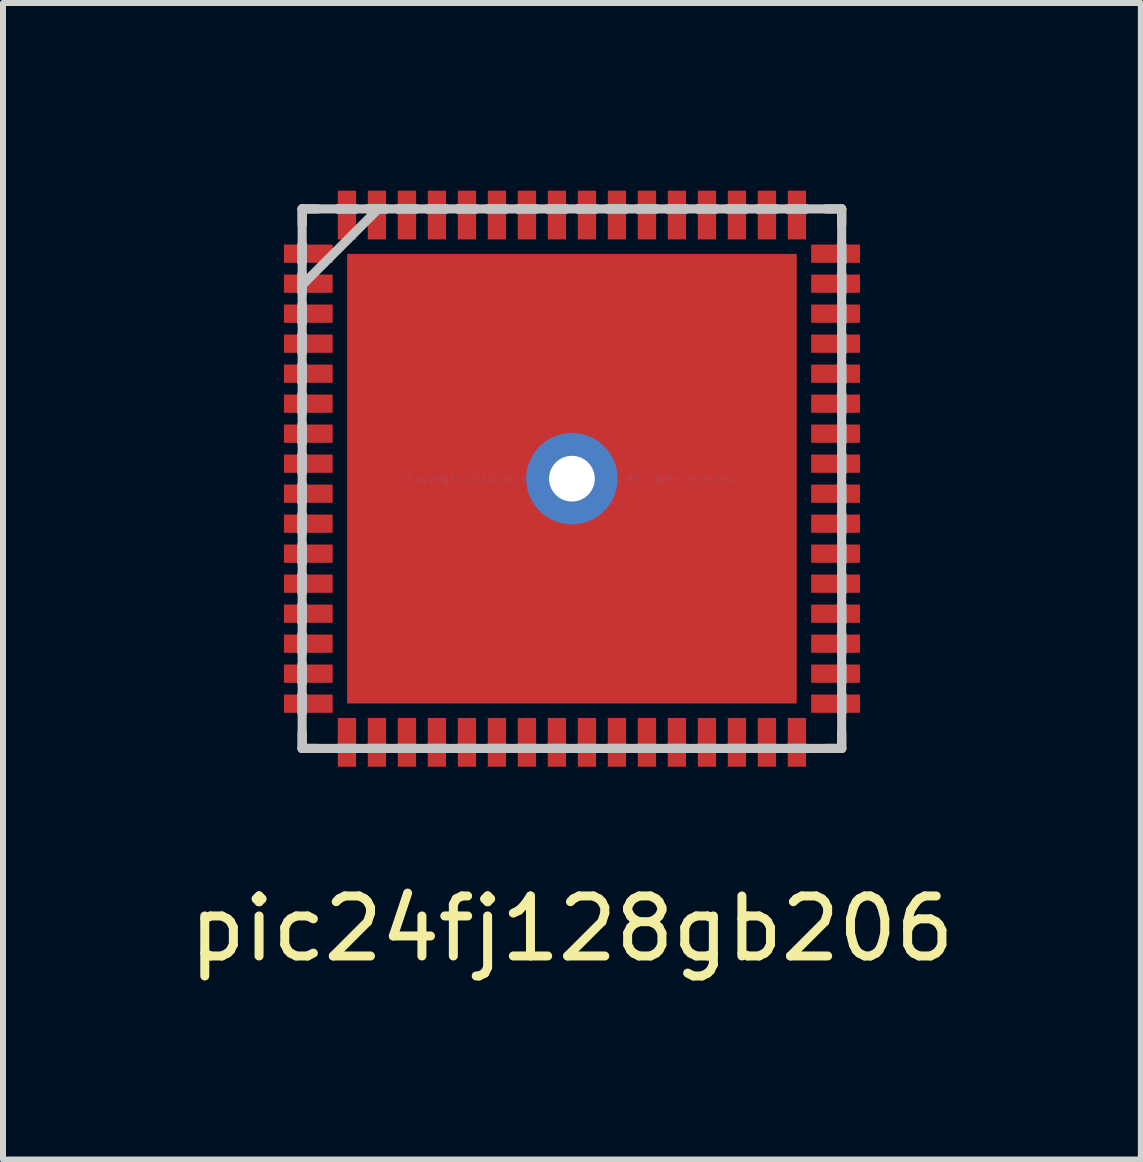
<source format=kicad_pcb>
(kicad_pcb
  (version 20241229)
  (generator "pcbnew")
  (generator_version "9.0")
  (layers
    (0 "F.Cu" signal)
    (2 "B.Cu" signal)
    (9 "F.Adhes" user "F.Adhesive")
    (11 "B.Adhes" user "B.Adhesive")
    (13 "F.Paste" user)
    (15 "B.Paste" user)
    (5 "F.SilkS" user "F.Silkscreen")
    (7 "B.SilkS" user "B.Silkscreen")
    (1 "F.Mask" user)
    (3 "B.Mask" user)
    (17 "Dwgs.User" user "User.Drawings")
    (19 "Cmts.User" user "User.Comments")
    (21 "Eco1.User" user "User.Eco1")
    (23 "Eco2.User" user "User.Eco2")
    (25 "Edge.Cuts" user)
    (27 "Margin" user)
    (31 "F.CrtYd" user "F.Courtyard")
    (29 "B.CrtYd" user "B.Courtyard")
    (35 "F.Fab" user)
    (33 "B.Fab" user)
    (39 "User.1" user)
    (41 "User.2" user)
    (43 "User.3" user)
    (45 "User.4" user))
  (footprint "pic24fj128gb206"
    (layer "F.Cu")
    (at 6.482 4.928)
    (property "Reference" "pic24fj128gb206" (at 0 7.5 0) (layer "F.SilkS") (effects (font (size 1 1) (thickness 0.15))))
    (attr through_hole)
    (fp_line (start -4.496 -4.496) (end -4.496 -4.235) (stroke (width 0.152) (type solid)) (layer "F.SilkS"))
    (fp_line (start -4.496 4.235) (end -4.496 4.496) (stroke (width 0.152) (type solid)) (layer "F.SilkS"))
    (fp_line (start -4.496 4.496) (end -4.235 4.496) (stroke (width 0.152) (type solid)) (layer "F.SilkS"))
    (fp_line (start -4.235 -4.496) (end -4.496 -4.496) (stroke (width 0.152) (type solid)) (layer "F.SilkS"))
    (fp_line (start 4.235 4.496) (end 4.496 4.496) (stroke (width 0.152) (type solid)) (layer "F.SilkS"))
    (fp_line (start 4.496 -4.496) (end 4.235 -4.496) (stroke (width 0.152) (type solid)) (layer "F.SilkS"))
    (fp_line (start 4.496 -4.235) (end 4.496 -4.496) (stroke (width 0.152) (type solid)) (layer "F.SilkS"))
    (fp_line (start 4.496 4.496) (end 4.496 4.235) (stroke (width 0.152) (type solid)) (layer "F.SilkS"))
    (fp_line (start -4.496 -4.496) (end -4.496 -4.496) (stroke (width 0.152) (type solid)) (layer "Dwgs.User"))
    (fp_line (start -4.496 -4.496) (end -4.496 4.496) (stroke (width 0.152) (type solid)) (layer "Dwgs.User"))
    (fp_line (start -4.496 -3.902) (end -4.496 -3.902) (stroke (width 0.152) (type solid)) (layer "Dwgs.User"))
    (fp_line (start -4.496 -3.902) (end -4.496 -3.598) (stroke (width 0.152) (type solid)) (layer "Dwgs.User"))
    (fp_line (start -4.496 -3.598) (end -4.496 -3.902) (stroke (width 0.152) (type solid)) (layer "Dwgs.User"))
    (fp_line (start -4.496 -3.598) (end -4.496 -3.598) (stroke (width 0.152) (type solid)) (layer "Dwgs.User"))
    (fp_line (start -4.496 -3.402) (end -4.496 -3.402) (stroke (width 0.152) (type solid)) (layer "Dwgs.User"))
    (fp_line (start -4.496 -3.402) (end -4.496 -3.098) (stroke (width 0.152) (type solid)) (layer "Dwgs.User"))
    (fp_line (start -4.496 -3.226) (end -3.226 -4.496) (stroke (width 0.152) (type solid)) (layer "Dwgs.User"))
    (fp_line (start -4.496 -3.098) (end -4.496 -3.402) (stroke (width 0.152) (type solid)) (layer "Dwgs.User"))
    (fp_line (start -4.496 -3.098) (end -4.496 -3.098) (stroke (width 0.152) (type solid)) (layer "Dwgs.User"))
    (fp_line (start -4.496 -2.902) (end -4.496 -2.902) (stroke (width 0.152) (type solid)) (layer "Dwgs.User"))
    (fp_line (start -4.496 -2.902) (end -4.496 -2.598) (stroke (width 0.152) (type solid)) (layer "Dwgs.User"))
    (fp_line (start -4.496 -2.598) (end -4.496 -2.902) (stroke (width 0.152) (type solid)) (layer "Dwgs.User"))
    (fp_line (start -4.496 -2.598) (end -4.496 -2.598) (stroke (width 0.152) (type solid)) (layer "Dwgs.User"))
    (fp_line (start -4.496 -2.402) (end -4.496 -2.402) (stroke (width 0.152) (type solid)) (layer "Dwgs.User"))
    (fp_line (start -4.496 -2.402) (end -4.496 -2.098) (stroke (width 0.152) (type solid)) (layer "Dwgs.User"))
    (fp_line (start -4.496 -2.098) (end -4.496 -2.402) (stroke (width 0.152) (type solid)) (layer "Dwgs.User"))
    (fp_line (start -4.496 -2.098) (end -4.496 -2.098) (stroke (width 0.152) (type solid)) (layer "Dwgs.User"))
    (fp_line (start -4.496 -1.902) (end -4.496 -1.902) (stroke (width 0.152) (type solid)) (layer "Dwgs.User"))
    (fp_line (start -4.496 -1.902) (end -4.496 -1.598) (stroke (width 0.152) (type solid)) (layer "Dwgs.User"))
    (fp_line (start -4.496 -1.598) (end -4.496 -1.902) (stroke (width 0.152) (type solid)) (layer "Dwgs.User"))
    (fp_line (start -4.496 -1.598) (end -4.496 -1.598) (stroke (width 0.152) (type solid)) (layer "Dwgs.User"))
    (fp_line (start -4.496 -1.402) (end -4.496 -1.402) (stroke (width 0.152) (type solid)) (layer "Dwgs.User"))
    (fp_line (start -4.496 -1.402) (end -4.496 -1.098) (stroke (width 0.152) (type solid)) (layer "Dwgs.User"))
    (fp_line (start -4.496 -1.098) (end -4.496 -1.402) (stroke (width 0.152) (type solid)) (layer "Dwgs.User"))
    (fp_line (start -4.496 -1.098) (end -4.496 -1.098) (stroke (width 0.152) (type solid)) (layer "Dwgs.User"))
    (fp_line (start -4.496 -0.902) (end -4.496 -0.902) (stroke (width 0.152) (type solid)) (layer "Dwgs.User"))
    (fp_line (start -4.496 -0.902) (end -4.496 -0.598) (stroke (width 0.152) (type solid)) (layer "Dwgs.User"))
    (fp_line (start -4.496 -0.598) (end -4.496 -0.902) (stroke (width 0.152) (type solid)) (layer "Dwgs.User"))
    (fp_line (start -4.496 -0.598) (end -4.496 -0.598) (stroke (width 0.152) (type solid)) (layer "Dwgs.User"))
    (fp_line (start -4.496 -0.402) (end -4.496 -0.402) (stroke (width 0.152) (type solid)) (layer "Dwgs.User"))
    (fp_line (start -4.496 -0.402) (end -4.496 -0.098) (stroke (width 0.152) (type solid)) (layer "Dwgs.User"))
    (fp_line (start -4.496 -0.098) (end -4.496 -0.402) (stroke (width 0.152) (type solid)) (layer "Dwgs.User"))
    (fp_line (start -4.496 -0.098) (end -4.496 -0.098) (stroke (width 0.152) (type solid)) (layer "Dwgs.User"))
    (fp_line (start -4.496 0.098) (end -4.496 0.098) (stroke (width 0.152) (type solid)) (layer "Dwgs.User"))
    (fp_line (start -4.496 0.098) (end -4.496 0.402) (stroke (width 0.152) (type solid)) (layer "Dwgs.User"))
    (fp_line (start -4.496 0.402) (end -4.496 0.098) (stroke (width 0.152) (type solid)) (layer "Dwgs.User"))
    (fp_line (start -4.496 0.402) (end -4.496 0.402) (stroke (width 0.152) (type solid)) (layer "Dwgs.User"))
    (fp_line (start -4.496 0.598) (end -4.496 0.598) (stroke (width 0.152) (type solid)) (layer "Dwgs.User"))
    (fp_line (start -4.496 0.598) (end -4.496 0.902) (stroke (width 0.152) (type solid)) (layer "Dwgs.User"))
    (fp_line (start -4.496 0.902) (end -4.496 0.598) (stroke (width 0.152) (type solid)) (layer "Dwgs.User"))
    (fp_line (start -4.496 0.902) (end -4.496 0.902) (stroke (width 0.152) (type solid)) (layer "Dwgs.User"))
    (fp_line (start -4.496 1.098) (end -4.496 1.098) (stroke (width 0.152) (type solid)) (layer "Dwgs.User"))
    (fp_line (start -4.496 1.098) (end -4.496 1.402) (stroke (width 0.152) (type solid)) (layer "Dwgs.User"))
    (fp_line (start -4.496 1.402) (end -4.496 1.098) (stroke (width 0.152) (type solid)) (layer "Dwgs.User"))
    (fp_line (start -4.496 1.402) (end -4.496 1.402) (stroke (width 0.152) (type solid)) (layer "Dwgs.User"))
    (fp_line (start -4.496 1.598) (end -4.496 1.598) (stroke (width 0.152) (type solid)) (layer "Dwgs.User"))
    (fp_line (start -4.496 1.598) (end -4.496 1.902) (stroke (width 0.152) (type solid)) (layer "Dwgs.User"))
    (fp_line (start -4.496 1.902) (end -4.496 1.598) (stroke (width 0.152) (type solid)) (layer "Dwgs.User"))
    (fp_line (start -4.496 1.902) (end -4.496 1.902) (stroke (width 0.152) (type solid)) (layer "Dwgs.User"))
    (fp_line (start -4.496 2.098) (end -4.496 2.098) (stroke (width 0.152) (type solid)) (layer "Dwgs.User"))
    (fp_line (start -4.496 2.098) (end -4.496 2.402) (stroke (width 0.152) (type solid)) (layer "Dwgs.User"))
    (fp_line (start -4.496 2.402) (end -4.496 2.098) (stroke (width 0.152) (type solid)) (layer "Dwgs.User"))
    (fp_line (start -4.496 2.402) (end -4.496 2.402) (stroke (width 0.152) (type solid)) (layer "Dwgs.User"))
    (fp_line (start -4.496 2.598) (end -4.496 2.598) (stroke (width 0.152) (type solid)) (layer "Dwgs.User"))
    (fp_line (start -4.496 2.598) (end -4.496 2.902) (stroke (width 0.152) (type solid)) (layer "Dwgs.User"))
    (fp_line (start -4.496 2.902) (end -4.496 2.598) (stroke (width 0.152) (type solid)) (layer "Dwgs.User"))
    (fp_line (start -4.496 2.902) (end -4.496 2.902) (stroke (width 0.152) (type solid)) (layer "Dwgs.User"))
    (fp_line (start -4.496 3.098) (end -4.496 3.098) (stroke (width 0.152) (type solid)) (layer "Dwgs.User"))
    (fp_line (start -4.496 3.098) (end -4.496 3.402) (stroke (width 0.152) (type solid)) (layer "Dwgs.User"))
    (fp_line (start -4.496 3.402) (end -4.496 3.098) (stroke (width 0.152) (type solid)) (layer "Dwgs.User"))
    (fp_line (start -4.496 3.402) (end -4.496 3.402) (stroke (width 0.152) (type solid)) (layer "Dwgs.User"))
    (fp_line (start -4.496 3.598) (end -4.496 3.598) (stroke (width 0.152) (type solid)) (layer "Dwgs.User"))
    (fp_line (start -4.496 3.598) (end -4.496 3.902) (stroke (width 0.152) (type solid)) (layer "Dwgs.User"))
    (fp_line (start -4.496 3.902) (end -4.496 3.598) (stroke (width 0.152) (type solid)) (layer "Dwgs.User"))
    (fp_line (start -4.496 3.902) (end -4.496 3.902) (stroke (width 0.152) (type solid)) (layer "Dwgs.User"))
    (fp_line (start -4.496 4.496) (end -4.496 4.496) (stroke (width 0.152) (type solid)) (layer "Dwgs.User"))
    (fp_line (start -4.496 4.496) (end 4.496 4.496) (stroke (width 0.152) (type solid)) (layer "Dwgs.User"))
    (fp_line (start -3.902 -4.496) (end -3.902 -4.496) (stroke (width 0.152) (type solid)) (layer "Dwgs.User"))
    (fp_line (start -3.902 -4.496) (end -3.598 -4.496) (stroke (width 0.152) (type solid)) (layer "Dwgs.User"))
    (fp_line (start -3.902 4.496) (end -3.902 4.496) (stroke (width 0.152) (type solid)) (layer "Dwgs.User"))
    (fp_line (start -3.902 4.496) (end -3.598 4.496) (stroke (width 0.152) (type solid)) (layer "Dwgs.User"))
    (fp_line (start -3.598 -4.496) (end -3.902 -4.496) (stroke (width 0.152) (type solid)) (layer "Dwgs.User"))
    (fp_line (start -3.598 -4.496) (end -3.598 -4.496) (stroke (width 0.152) (type solid)) (layer "Dwgs.User"))
    (fp_line (start -3.598 4.496) (end -3.902 4.496) (stroke (width 0.152) (type solid)) (layer "Dwgs.User"))
    (fp_line (start -3.598 4.496) (end -3.598 4.496) (stroke (width 0.152) (type solid)) (layer "Dwgs.User"))
    (fp_line (start -3.402 -4.496) (end -3.402 -4.496) (stroke (width 0.152) (type solid)) (layer "Dwgs.User"))
    (fp_line (start -3.402 -4.496) (end -3.098 -4.496) (stroke (width 0.152) (type solid)) (layer "Dwgs.User"))
    (fp_line (start -3.402 4.496) (end -3.402 4.496) (stroke (width 0.152) (type solid)) (layer "Dwgs.User"))
    (fp_line (start -3.402 4.496) (end -3.098 4.496) (stroke (width 0.152) (type solid)) (layer "Dwgs.User"))
    (fp_line (start -3.098 -4.496) (end -3.402 -4.496) (stroke (width 0.152) (type solid)) (layer "Dwgs.User"))
    (fp_line (start -3.098 -4.496) (end -3.098 -4.496) (stroke (width 0.152) (type solid)) (layer "Dwgs.User"))
    (fp_line (start -3.098 4.496) (end -3.402 4.496) (stroke (width 0.152) (type solid)) (layer "Dwgs.User"))
    (fp_line (start -3.098 4.496) (end -3.098 4.496) (stroke (width 0.152) (type solid)) (layer "Dwgs.User"))
    (fp_line (start -2.902 -4.496) (end -2.902 -4.496) (stroke (width 0.152) (type solid)) (layer "Dwgs.User"))
    (fp_line (start -2.902 -4.496) (end -2.598 -4.496) (stroke (width 0.152) (type solid)) (layer "Dwgs.User"))
    (fp_line (start -2.902 4.496) (end -2.902 4.496) (stroke (width 0.152) (type solid)) (layer "Dwgs.User"))
    (fp_line (start -2.902 4.496) (end -2.598 4.496) (stroke (width 0.152) (type solid)) (layer "Dwgs.User"))
    (fp_line (start -2.598 -4.496) (end -2.902 -4.496) (stroke (width 0.152) (type solid)) (layer "Dwgs.User"))
    (fp_line (start -2.598 -4.496) (end -2.598 -4.496) (stroke (width 0.152) (type solid)) (layer "Dwgs.User"))
    (fp_line (start -2.598 4.496) (end -2.902 4.496) (stroke (width 0.152) (type solid)) (layer "Dwgs.User"))
    (fp_line (start -2.598 4.496) (end -2.598 4.496) (stroke (width 0.152) (type solid)) (layer "Dwgs.User"))
    (fp_line (start -2.402 -4.496) (end -2.402 -4.496) (stroke (width 0.152) (type solid)) (layer "Dwgs.User"))
    (fp_line (start -2.402 -4.496) (end -2.098 -4.496) (stroke (width 0.152) (type solid)) (layer "Dwgs.User"))
    (fp_line (start -2.402 4.496) (end -2.402 4.496) (stroke (width 0.152) (type solid)) (layer "Dwgs.User"))
    (fp_line (start -2.402 4.496) (end -2.098 4.496) (stroke (width 0.152) (type solid)) (layer "Dwgs.User"))
    (fp_line (start -2.098 -4.496) (end -2.402 -4.496) (stroke (width 0.152) (type solid)) (layer "Dwgs.User"))
    (fp_line (start -2.098 -4.496) (end -2.098 -4.496) (stroke (width 0.152) (type solid)) (layer "Dwgs.User"))
    (fp_line (start -2.098 4.496) (end -2.402 4.496) (stroke (width 0.152) (type solid)) (layer "Dwgs.User"))
    (fp_line (start -2.098 4.496) (end -2.098 4.496) (stroke (width 0.152) (type solid)) (layer "Dwgs.User"))
    (fp_line (start -1.902 -4.496) (end -1.902 -4.496) (stroke (width 0.152) (type solid)) (layer "Dwgs.User"))
    (fp_line (start -1.902 -4.496) (end -1.598 -4.496) (stroke (width 0.152) (type solid)) (layer "Dwgs.User"))
    (fp_line (start -1.902 4.496) (end -1.902 4.496) (stroke (width 0.152) (type solid)) (layer "Dwgs.User"))
    (fp_line (start -1.902 4.496) (end -1.598 4.496) (stroke (width 0.152) (type solid)) (layer "Dwgs.User"))
    (fp_line (start -1.598 -4.496) (end -1.902 -4.496) (stroke (width 0.152) (type solid)) (layer "Dwgs.User"))
    (fp_line (start -1.598 -4.496) (end -1.598 -4.496) (stroke (width 0.152) (type solid)) (layer "Dwgs.User"))
    (fp_line (start -1.598 4.496) (end -1.902 4.496) (stroke (width 0.152) (type solid)) (layer "Dwgs.User"))
    (fp_line (start -1.598 4.496) (end -1.598 4.496) (stroke (width 0.152) (type solid)) (layer "Dwgs.User"))
    (fp_line (start -1.402 -4.496) (end -1.402 -4.496) (stroke (width 0.152) (type solid)) (layer "Dwgs.User"))
    (fp_line (start -1.402 -4.496) (end -1.098 -4.496) (stroke (width 0.152) (type solid)) (layer "Dwgs.User"))
    (fp_line (start -1.402 4.496) (end -1.402 4.496) (stroke (width 0.152) (type solid)) (layer "Dwgs.User"))
    (fp_line (start -1.402 4.496) (end -1.098 4.496) (stroke (width 0.152) (type solid)) (layer "Dwgs.User"))
    (fp_line (start -1.098 -4.496) (end -1.402 -4.496) (stroke (width 0.152) (type solid)) (layer "Dwgs.User"))
    (fp_line (start -1.098 -4.496) (end -1.098 -4.496) (stroke (width 0.152) (type solid)) (layer "Dwgs.User"))
    (fp_line (start -1.098 4.496) (end -1.402 4.496) (stroke (width 0.152) (type solid)) (layer "Dwgs.User"))
    (fp_line (start -1.098 4.496) (end -1.098 4.496) (stroke (width 0.152) (type solid)) (layer "Dwgs.User"))
    (fp_line (start -0.902 -4.496) (end -0.902 -4.496) (stroke (width 0.152) (type solid)) (layer "Dwgs.User"))
    (fp_line (start -0.902 -4.496) (end -0.598 -4.496) (stroke (width 0.152) (type solid)) (layer "Dwgs.User"))
    (fp_line (start -0.902 4.496) (end -0.902 4.496) (stroke (width 0.152) (type solid)) (layer "Dwgs.User"))
    (fp_line (start -0.902 4.496) (end -0.598 4.496) (stroke (width 0.152) (type solid)) (layer "Dwgs.User"))
    (fp_line (start -0.598 -4.496) (end -0.902 -4.496) (stroke (width 0.152) (type solid)) (layer "Dwgs.User"))
    (fp_line (start -0.598 -4.496) (end -0.598 -4.496) (stroke (width 0.152) (type solid)) (layer "Dwgs.User"))
    (fp_line (start -0.598 4.496) (end -0.902 4.496) (stroke (width 0.152) (type solid)) (layer "Dwgs.User"))
    (fp_line (start -0.598 4.496) (end -0.598 4.496) (stroke (width 0.152) (type solid)) (layer "Dwgs.User"))
    (fp_line (start -0.402 -4.496) (end -0.402 -4.496) (stroke (width 0.152) (type solid)) (layer "Dwgs.User"))
    (fp_line (start -0.402 -4.496) (end -0.098 -4.496) (stroke (width 0.152) (type solid)) (layer "Dwgs.User"))
    (fp_line (start -0.402 4.496) (end -0.402 4.496) (stroke (width 0.152) (type solid)) (layer "Dwgs.User"))
    (fp_line (start -0.402 4.496) (end -0.098 4.496) (stroke (width 0.152) (type solid)) (layer "Dwgs.User"))
    (fp_line (start -0.098 -4.496) (end -0.402 -4.496) (stroke (width 0.152) (type solid)) (layer "Dwgs.User"))
    (fp_line (start -0.098 -4.496) (end -0.098 -4.496) (stroke (width 0.152) (type solid)) (layer "Dwgs.User"))
    (fp_line (start -0.098 4.496) (end -0.402 4.496) (stroke (width 0.152) (type solid)) (layer "Dwgs.User"))
    (fp_line (start -0.098 4.496) (end -0.098 4.496) (stroke (width 0.152) (type solid)) (layer "Dwgs.User"))
    (fp_line (start 0.098 -4.496) (end 0.098 -4.496) (stroke (width 0.152) (type solid)) (layer "Dwgs.User"))
    (fp_line (start 0.098 -4.496) (end 0.402 -4.496) (stroke (width 0.152) (type solid)) (layer "Dwgs.User"))
    (fp_line (start 0.098 4.496) (end 0.098 4.496) (stroke (width 0.152) (type solid)) (layer "Dwgs.User"))
    (fp_line (start 0.098 4.496) (end 0.402 4.496) (stroke (width 0.152) (type solid)) (layer "Dwgs.User"))
    (fp_line (start 0.402 -4.496) (end 0.098 -4.496) (stroke (width 0.152) (type solid)) (layer "Dwgs.User"))
    (fp_line (start 0.402 -4.496) (end 0.402 -4.496) (stroke (width 0.152) (type solid)) (layer "Dwgs.User"))
    (fp_line (start 0.402 4.496) (end 0.098 4.496) (stroke (width 0.152) (type solid)) (layer "Dwgs.User"))
    (fp_line (start 0.402 4.496) (end 0.402 4.496) (stroke (width 0.152) (type solid)) (layer "Dwgs.User"))
    (fp_line (start 0.598 -4.496) (end 0.598 -4.496) (stroke (width 0.152) (type solid)) (layer "Dwgs.User"))
    (fp_line (start 0.598 -4.496) (end 0.902 -4.496) (stroke (width 0.152) (type solid)) (layer "Dwgs.User"))
    (fp_line (start 0.598 4.496) (end 0.598 4.496) (stroke (width 0.152) (type solid)) (layer "Dwgs.User"))
    (fp_line (start 0.598 4.496) (end 0.902 4.496) (stroke (width 0.152) (type solid)) (layer "Dwgs.User"))
    (fp_line (start 0.902 -4.496) (end 0.598 -4.496) (stroke (width 0.152) (type solid)) (layer "Dwgs.User"))
    (fp_line (start 0.902 -4.496) (end 0.902 -4.496) (stroke (width 0.152) (type solid)) (layer "Dwgs.User"))
    (fp_line (start 0.902 4.496) (end 0.598 4.496) (stroke (width 0.152) (type solid)) (layer "Dwgs.User"))
    (fp_line (start 0.902 4.496) (end 0.902 4.496) (stroke (width 0.152) (type solid)) (layer "Dwgs.User"))
    (fp_line (start 1.098 -4.496) (end 1.098 -4.496) (stroke (width 0.152) (type solid)) (layer "Dwgs.User"))
    (fp_line (start 1.098 -4.496) (end 1.402 -4.496) (stroke (width 0.152) (type solid)) (layer "Dwgs.User"))
    (fp_line (start 1.098 4.496) (end 1.098 4.496) (stroke (width 0.152) (type solid)) (layer "Dwgs.User"))
    (fp_line (start 1.098 4.496) (end 1.402 4.496) (stroke (width 0.152) (type solid)) (layer "Dwgs.User"))
    (fp_line (start 1.402 -4.496) (end 1.098 -4.496) (stroke (width 0.152) (type solid)) (layer "Dwgs.User"))
    (fp_line (start 1.402 -4.496) (end 1.402 -4.496) (stroke (width 0.152) (type solid)) (layer "Dwgs.User"))
    (fp_line (start 1.402 4.496) (end 1.098 4.496) (stroke (width 0.152) (type solid)) (layer "Dwgs.User"))
    (fp_line (start 1.402 4.496) (end 1.402 4.496) (stroke (width 0.152) (type solid)) (layer "Dwgs.User"))
    (fp_line (start 1.598 -4.496) (end 1.598 -4.496) (stroke (width 0.152) (type solid)) (layer "Dwgs.User"))
    (fp_line (start 1.598 -4.496) (end 1.902 -4.496) (stroke (width 0.152) (type solid)) (layer "Dwgs.User"))
    (fp_line (start 1.598 4.496) (end 1.598 4.496) (stroke (width 0.152) (type solid)) (layer "Dwgs.User"))
    (fp_line (start 1.598 4.496) (end 1.902 4.496) (stroke (width 0.152) (type solid)) (layer "Dwgs.User"))
    (fp_line (start 1.902 -4.496) (end 1.598 -4.496) (stroke (width 0.152) (type solid)) (layer "Dwgs.User"))
    (fp_line (start 1.902 -4.496) (end 1.902 -4.496) (stroke (width 0.152) (type solid)) (layer "Dwgs.User"))
    (fp_line (start 1.902 4.496) (end 1.598 4.496) (stroke (width 0.152) (type solid)) (layer "Dwgs.User"))
    (fp_line (start 1.902 4.496) (end 1.902 4.496) (stroke (width 0.152) (type solid)) (layer "Dwgs.User"))
    (fp_line (start 2.098 -4.496) (end 2.098 -4.496) (stroke (width 0.152) (type solid)) (layer "Dwgs.User"))
    (fp_line (start 2.098 -4.496) (end 2.402 -4.496) (stroke (width 0.152) (type solid)) (layer "Dwgs.User"))
    (fp_line (start 2.098 4.496) (end 2.098 4.496) (stroke (width 0.152) (type solid)) (layer "Dwgs.User"))
    (fp_line (start 2.098 4.496) (end 2.402 4.496) (stroke (width 0.152) (type solid)) (layer "Dwgs.User"))
    (fp_line (start 2.402 -4.496) (end 2.098 -4.496) (stroke (width 0.152) (type solid)) (layer "Dwgs.User"))
    (fp_line (start 2.402 -4.496) (end 2.402 -4.496) (stroke (width 0.152) (type solid)) (layer "Dwgs.User"))
    (fp_line (start 2.402 4.496) (end 2.098 4.496) (stroke (width 0.152) (type solid)) (layer "Dwgs.User"))
    (fp_line (start 2.402 4.496) (end 2.402 4.496) (stroke (width 0.152) (type solid)) (layer "Dwgs.User"))
    (fp_line (start 2.598 -4.496) (end 2.598 -4.496) (stroke (width 0.152) (type solid)) (layer "Dwgs.User"))
    (fp_line (start 2.598 -4.496) (end 2.902 -4.496) (stroke (width 0.152) (type solid)) (layer "Dwgs.User"))
    (fp_line (start 2.598 4.496) (end 2.598 4.496) (stroke (width 0.152) (type solid)) (layer "Dwgs.User"))
    (fp_line (start 2.598 4.496) (end 2.902 4.496) (stroke (width 0.152) (type solid)) (layer "Dwgs.User"))
    (fp_line (start 2.902 -4.496) (end 2.598 -4.496) (stroke (width 0.152) (type solid)) (layer "Dwgs.User"))
    (fp_line (start 2.902 -4.496) (end 2.902 -4.496) (stroke (width 0.152) (type solid)) (layer "Dwgs.User"))
    (fp_line (start 2.902 4.496) (end 2.598 4.496) (stroke (width 0.152) (type solid)) (layer "Dwgs.User"))
    (fp_line (start 2.902 4.496) (end 2.902 4.496) (stroke (width 0.152) (type solid)) (layer "Dwgs.User"))
    (fp_line (start 3.098 -4.496) (end 3.098 -4.496) (stroke (width 0.152) (type solid)) (layer "Dwgs.User"))
    (fp_line (start 3.098 -4.496) (end 3.402 -4.496) (stroke (width 0.152) (type solid)) (layer "Dwgs.User"))
    (fp_line (start 3.098 4.496) (end 3.098 4.496) (stroke (width 0.152) (type solid)) (layer "Dwgs.User"))
    (fp_line (start 3.098 4.496) (end 3.402 4.496) (stroke (width 0.152) (type solid)) (layer "Dwgs.User"))
    (fp_line (start 3.402 -4.496) (end 3.098 -4.496) (stroke (width 0.152) (type solid)) (layer "Dwgs.User"))
    (fp_line (start 3.402 -4.496) (end 3.402 -4.496) (stroke (width 0.152) (type solid)) (layer "Dwgs.User"))
    (fp_line (start 3.402 4.496) (end 3.098 4.496) (stroke (width 0.152) (type solid)) (layer "Dwgs.User"))
    (fp_line (start 3.402 4.496) (end 3.402 4.496) (stroke (width 0.152) (type solid)) (layer "Dwgs.User"))
    (fp_line (start 3.598 -4.496) (end 3.598 -4.496) (stroke (width 0.152) (type solid)) (layer "Dwgs.User"))
    (fp_line (start 3.598 -4.496) (end 3.902 -4.496) (stroke (width 0.152) (type solid)) (layer "Dwgs.User"))
    (fp_line (start 3.598 4.496) (end 3.598 4.496) (stroke (width 0.152) (type solid)) (layer "Dwgs.User"))
    (fp_line (start 3.598 4.496) (end 3.902 4.496) (stroke (width 0.152) (type solid)) (layer "Dwgs.User"))
    (fp_line (start 3.902 -4.496) (end 3.598 -4.496) (stroke (width 0.152) (type solid)) (layer "Dwgs.User"))
    (fp_line (start 3.902 -4.496) (end 3.902 -4.496) (stroke (width 0.152) (type solid)) (layer "Dwgs.User"))
    (fp_line (start 3.902 4.496) (end 3.598 4.496) (stroke (width 0.152) (type solid)) (layer "Dwgs.User"))
    (fp_line (start 3.902 4.496) (end 3.902 4.496) (stroke (width 0.152) (type solid)) (layer "Dwgs.User"))
    (fp_line (start 4.496 -4.496) (end -4.496 -4.496) (stroke (width 0.152) (type solid)) (layer "Dwgs.User"))
    (fp_line (start 4.496 -4.496) (end 4.496 -4.496) (stroke (width 0.152) (type solid)) (layer "Dwgs.User"))
    (fp_line (start 4.496 -3.902) (end 4.496 -3.902) (stroke (width 0.152) (type solid)) (layer "Dwgs.User"))
    (fp_line (start 4.496 -3.902) (end 4.496 -3.598) (stroke (width 0.152) (type solid)) (layer "Dwgs.User"))
    (fp_line (start 4.496 -3.598) (end 4.496 -3.902) (stroke (width 0.152) (type solid)) (layer "Dwgs.User"))
    (fp_line (start 4.496 -3.598) (end 4.496 -3.598) (stroke (width 0.152) (type solid)) (layer "Dwgs.User"))
    (fp_line (start 4.496 -3.402) (end 4.496 -3.402) (stroke (width 0.152) (type solid)) (layer "Dwgs.User"))
    (fp_line (start 4.496 -3.402) (end 4.496 -3.098) (stroke (width 0.152) (type solid)) (layer "Dwgs.User"))
    (fp_line (start 4.496 -3.098) (end 4.496 -3.402) (stroke (width 0.152) (type solid)) (layer "Dwgs.User"))
    (fp_line (start 4.496 -3.098) (end 4.496 -3.098) (stroke (width 0.152) (type solid)) (layer "Dwgs.User"))
    (fp_line (start 4.496 -2.902) (end 4.496 -2.902) (stroke (width 0.152) (type solid)) (layer "Dwgs.User"))
    (fp_line (start 4.496 -2.902) (end 4.496 -2.598) (stroke (width 0.152) (type solid)) (layer "Dwgs.User"))
    (fp_line (start 4.496 -2.598) (end 4.496 -2.902) (stroke (width 0.152) (type solid)) (layer "Dwgs.User"))
    (fp_line (start 4.496 -2.598) (end 4.496 -2.598) (stroke (width 0.152) (type solid)) (layer "Dwgs.User"))
    (fp_line (start 4.496 -2.402) (end 4.496 -2.402) (stroke (width 0.152) (type solid)) (layer "Dwgs.User"))
    (fp_line (start 4.496 -2.402) (end 4.496 -2.098) (stroke (width 0.152) (type solid)) (layer "Dwgs.User"))
    (fp_line (start 4.496 -2.098) (end 4.496 -2.402) (stroke (width 0.152) (type solid)) (layer "Dwgs.User"))
    (fp_line (start 4.496 -2.098) (end 4.496 -2.098) (stroke (width 0.152) (type solid)) (layer "Dwgs.User"))
    (fp_line (start 4.496 -1.902) (end 4.496 -1.902) (stroke (width 0.152) (type solid)) (layer "Dwgs.User"))
    (fp_line (start 4.496 -1.902) (end 4.496 -1.598) (stroke (width 0.152) (type solid)) (layer "Dwgs.User"))
    (fp_line (start 4.496 -1.598) (end 4.496 -1.902) (stroke (width 0.152) (type solid)) (layer "Dwgs.User"))
    (fp_line (start 4.496 -1.598) (end 4.496 -1.598) (stroke (width 0.152) (type solid)) (layer "Dwgs.User"))
    (fp_line (start 4.496 -1.402) (end 4.496 -1.402) (stroke (width 0.152) (type solid)) (layer "Dwgs.User"))
    (fp_line (start 4.496 -1.402) (end 4.496 -1.098) (stroke (width 0.152) (type solid)) (layer "Dwgs.User"))
    (fp_line (start 4.496 -1.098) (end 4.496 -1.402) (stroke (width 0.152) (type solid)) (layer "Dwgs.User"))
    (fp_line (start 4.496 -1.098) (end 4.496 -1.098) (stroke (width 0.152) (type solid)) (layer "Dwgs.User"))
    (fp_line (start 4.496 -0.902) (end 4.496 -0.902) (stroke (width 0.152) (type solid)) (layer "Dwgs.User"))
    (fp_line (start 4.496 -0.902) (end 4.496 -0.598) (stroke (width 0.152) (type solid)) (layer "Dwgs.User"))
    (fp_line (start 4.496 -0.598) (end 4.496 -0.902) (stroke (width 0.152) (type solid)) (layer "Dwgs.User"))
    (fp_line (start 4.496 -0.598) (end 4.496 -0.598) (stroke (width 0.152) (type solid)) (layer "Dwgs.User"))
    (fp_line (start 4.496 -0.402) (end 4.496 -0.402) (stroke (width 0.152) (type solid)) (layer "Dwgs.User"))
    (fp_line (start 4.496 -0.402) (end 4.496 -0.098) (stroke (width 0.152) (type solid)) (layer "Dwgs.User"))
    (fp_line (start 4.496 -0.098) (end 4.496 -0.402) (stroke (width 0.152) (type solid)) (layer "Dwgs.User"))
    (fp_line (start 4.496 -0.098) (end 4.496 -0.098) (stroke (width 0.152) (type solid)) (layer "Dwgs.User"))
    (fp_line (start 4.496 0.098) (end 4.496 0.098) (stroke (width 0.152) (type solid)) (layer "Dwgs.User"))
    (fp_line (start 4.496 0.098) (end 4.496 0.402) (stroke (width 0.152) (type solid)) (layer "Dwgs.User"))
    (fp_line (start 4.496 0.402) (end 4.496 0.098) (stroke (width 0.152) (type solid)) (layer "Dwgs.User"))
    (fp_line (start 4.496 0.402) (end 4.496 0.402) (stroke (width 0.152) (type solid)) (layer "Dwgs.User"))
    (fp_line (start 4.496 0.598) (end 4.496 0.598) (stroke (width 0.152) (type solid)) (layer "Dwgs.User"))
    (fp_line (start 4.496 0.598) (end 4.496 0.902) (stroke (width 0.152) (type solid)) (layer "Dwgs.User"))
    (fp_line (start 4.496 0.902) (end 4.496 0.598) (stroke (width 0.152) (type solid)) (layer "Dwgs.User"))
    (fp_line (start 4.496 0.902) (end 4.496 0.902) (stroke (width 0.152) (type solid)) (layer "Dwgs.User"))
    (fp_line (start 4.496 1.098) (end 4.496 1.098) (stroke (width 0.152) (type solid)) (layer "Dwgs.User"))
    (fp_line (start 4.496 1.098) (end 4.496 1.402) (stroke (width 0.152) (type solid)) (layer "Dwgs.User"))
    (fp_line (start 4.496 1.402) (end 4.496 1.098) (stroke (width 0.152) (type solid)) (layer "Dwgs.User"))
    (fp_line (start 4.496 1.402) (end 4.496 1.402) (stroke (width 0.152) (type solid)) (layer "Dwgs.User"))
    (fp_line (start 4.496 1.598) (end 4.496 1.598) (stroke (width 0.152) (type solid)) (layer "Dwgs.User"))
    (fp_line (start 4.496 1.598) (end 4.496 1.902) (stroke (width 0.152) (type solid)) (layer "Dwgs.User"))
    (fp_line (start 4.496 1.902) (end 4.496 1.598) (stroke (width 0.152) (type solid)) (layer "Dwgs.User"))
    (fp_line (start 4.496 1.902) (end 4.496 1.902) (stroke (width 0.152) (type solid)) (layer "Dwgs.User"))
    (fp_line (start 4.496 2.098) (end 4.496 2.098) (stroke (width 0.152) (type solid)) (layer "Dwgs.User"))
    (fp_line (start 4.496 2.098) (end 4.496 2.402) (stroke (width 0.152) (type solid)) (layer "Dwgs.User"))
    (fp_line (start 4.496 2.402) (end 4.496 2.098) (stroke (width 0.152) (type solid)) (layer "Dwgs.User"))
    (fp_line (start 4.496 2.402) (end 4.496 2.402) (stroke (width 0.152) (type solid)) (layer "Dwgs.User"))
    (fp_line (start 4.496 2.598) (end 4.496 2.598) (stroke (width 0.152) (type solid)) (layer "Dwgs.User"))
    (fp_line (start 4.496 2.598) (end 4.496 2.902) (stroke (width 0.152) (type solid)) (layer "Dwgs.User"))
    (fp_line (start 4.496 2.902) (end 4.496 2.598) (stroke (width 0.152) (type solid)) (layer "Dwgs.User"))
    (fp_line (start 4.496 2.902) (end 4.496 2.902) (stroke (width 0.152) (type solid)) (layer "Dwgs.User"))
    (fp_line (start 4.496 3.098) (end 4.496 3.098) (stroke (width 0.152) (type solid)) (layer "Dwgs.User"))
    (fp_line (start 4.496 3.098) (end 4.496 3.402) (stroke (width 0.152) (type solid)) (layer "Dwgs.User"))
    (fp_line (start 4.496 3.402) (end 4.496 3.098) (stroke (width 0.152) (type solid)) (layer "Dwgs.User"))
    (fp_line (start 4.496 3.402) (end 4.496 3.402) (stroke (width 0.152) (type solid)) (layer "Dwgs.User"))
    (fp_line (start 4.496 3.598) (end 4.496 3.598) (stroke (width 0.152) (type solid)) (layer "Dwgs.User"))
    (fp_line (start 4.496 3.598) (end 4.496 3.902) (stroke (width 0.152) (type solid)) (layer "Dwgs.User"))
    (fp_line (start 4.496 3.902) (end 4.496 3.598) (stroke (width 0.152) (type solid)) (layer "Dwgs.User"))
    (fp_line (start 4.496 3.902) (end 4.496 3.902) (stroke (width 0.152) (type solid)) (layer "Dwgs.User"))
    (fp_line (start 4.496 4.496) (end 4.496 -4.496) (stroke (width 0.152) (type solid)) (layer "Dwgs.User"))
    (fp_line (start 4.496 4.496) (end 4.496 4.496) (stroke (width 0.152) (type solid)) (layer "Dwgs.User"))
    (fp_text user "Copyright 2016 Accelerated Designs. All rights reserved." (at 0 0 0) (layer "Cmts.User") (effects (font (size 0.127 0.127) (thickness 0.002))))
    (pad "" smd rect (at -4.394 -3.75 90) (size 0.508 1.067) (layers "F.Mask"))
    (pad "" smd rect (at -4.394 -3.25 90) (size 0.508 1.067) (layers "F.Mask"))
    (pad "" smd rect (at -4.394 -2.75 90) (size 0.508 1.067) (layers "F.Mask"))
    (pad "" smd rect (at -4.394 -2.25 90) (size 0.508 1.067) (layers "F.Mask"))
    (pad "" smd rect (at -4.394 -1.75 90) (size 0.508 1.067) (layers "F.Mask"))
    (pad "" smd rect (at -4.394 -1.25 90) (size 0.508 1.067) (layers "F.Mask"))
    (pad "" smd rect (at -4.394 -0.75 90) (size 0.508 1.067) (layers "F.Mask"))
    (pad "" smd rect (at -4.394 -0.25 90) (size 0.508 1.067) (layers "F.Mask"))
    (pad "" smd rect (at -4.394 0.25 90) (size 0.508 1.067) (layers "F.Mask"))
    (pad "" smd rect (at -4.394 0.75 90) (size 0.508 1.067) (layers "F.Mask"))
    (pad "" smd rect (at -4.394 1.25 90) (size 0.508 1.067) (layers "F.Mask"))
    (pad "" smd rect (at -4.394 1.75 90) (size 0.508 1.067) (layers "F.Mask"))
    (pad "" smd rect (at -4.394 2.25 90) (size 0.508 1.067) (layers "F.Mask"))
    (pad "" smd rect (at -4.394 2.75 90) (size 0.508 1.067) (layers "F.Mask"))
    (pad "" smd rect (at -4.394 3.25 90) (size 0.508 1.067) (layers "F.Mask"))
    (pad "" smd rect (at -4.394 3.75 90) (size 0.508 1.067) (layers "F.Mask"))
    (pad "" smd rect (at -3.75 -4.394) (size 0.508 1.067) (layers "F.Mask"))
    (pad "" smd rect (at -3.75 4.394) (size 0.508 1.067) (layers "F.Mask"))
    (pad "" smd rect (at -3.25 -4.394) (size 0.508 1.067) (layers "F.Mask"))
    (pad "" smd rect (at -3.25 4.394) (size 0.508 1.067) (layers "F.Mask"))
    (pad "" smd rect (at -2.75 -4.394) (size 0.508 1.067) (layers "F.Mask"))
    (pad "" smd rect (at -2.75 4.394) (size 0.508 1.067) (layers "F.Mask"))
    (pad "" smd rect (at -2.25 -4.394) (size 0.508 1.067) (layers "F.Mask"))
    (pad "" smd rect (at -2.25 4.394) (size 0.508 1.067) (layers "F.Mask"))
    (pad "" smd rect (at -1.75 -4.394) (size 0.508 1.067) (layers "F.Mask"))
    (pad "" smd rect (at -1.75 4.394) (size 0.508 1.067) (layers "F.Mask"))
    (pad "" smd rect (at -1.25 -4.394) (size 0.508 1.067) (layers "F.Mask"))
    (pad "" smd rect (at -1.25 4.394) (size 0.508 1.067) (layers "F.Mask"))
    (pad "" smd rect (at -0.75 -4.394) (size 0.508 1.067) (layers "F.Mask"))
    (pad "" smd rect (at -0.75 4.394) (size 0.508 1.067) (layers "F.Mask"))
    (pad "" smd rect (at -0.25 -4.394) (size 0.508 1.067) (layers "F.Mask"))
    (pad "" smd rect (at -0.25 4.394) (size 0.508 1.067) (layers "F.Mask"))
    (pad "" smd rect (at 0 0) (size 0.025 0.025) (layers "F.Mask"))
    (pad "" smd rect (at 0 0) (size 7.493 7.493) (layers "F.Mask"))
    (pad "" smd rect (at 0.25 -4.394) (size 0.508 1.067) (layers "F.Mask"))
    (pad "" smd rect (at 0.25 4.394) (size 0.508 1.067) (layers "F.Mask"))
    (pad "" smd rect (at 0.75 -4.394) (size 0.508 1.067) (layers "F.Mask"))
    (pad "" smd rect (at 0.75 4.394) (size 0.508 1.067) (layers "F.Mask"))
    (pad "" smd rect (at 1.25 -4.394) (size 0.508 1.067) (layers "F.Mask"))
    (pad "" smd rect (at 1.25 4.394) (size 0.508 1.067) (layers "F.Mask"))
    (pad "" smd rect (at 1.75 -4.394) (size 0.508 1.067) (layers "F.Mask"))
    (pad "" smd rect (at 1.75 4.394) (size 0.508 1.067) (layers "F.Mask"))
    (pad "" smd rect (at 2.25 -4.394) (size 0.508 1.067) (layers "F.Mask"))
    (pad "" smd rect (at 2.25 4.394) (size 0.508 1.067) (layers "F.Mask"))
    (pad "" smd rect (at 2.75 -4.394) (size 0.508 1.067) (layers "F.Mask"))
    (pad "" smd rect (at 2.75 4.394) (size 0.508 1.067) (layers "F.Mask"))
    (pad "" smd rect (at 3.25 -4.394) (size 0.508 1.067) (layers "F.Mask"))
    (pad "" smd rect (at 3.25 4.394) (size 0.508 1.067) (layers "F.Mask"))
    (pad "" smd rect (at 3.75 -4.394) (size 0.508 1.067) (layers "F.Mask"))
    (pad "" smd rect (at 3.75 4.394) (size 0.508 1.067) (layers "F.Mask"))
    (pad "" smd rect (at 4.394 -3.75 90) (size 0.508 1.067) (layers "F.Mask"))
    (pad "" smd rect (at 4.394 -3.25 90) (size 0.508 1.067) (layers "F.Mask"))
    (pad "" smd rect (at 4.394 -2.75 90) (size 0.508 1.067) (layers "F.Mask"))
    (pad "" smd rect (at 4.394 -2.25 90) (size 0.508 1.067) (layers "F.Mask"))
    (pad "" smd rect (at 4.394 -1.75 90) (size 0.508 1.067) (layers "F.Mask"))
    (pad "" smd rect (at 4.394 -1.25 90) (size 0.508 1.067) (layers "F.Mask"))
    (pad "" smd rect (at 4.394 -0.75 90) (size 0.508 1.067) (layers "F.Mask"))
    (pad "" smd rect (at 4.394 -0.25 90) (size 0.508 1.067) (layers "F.Mask"))
    (pad "" smd rect (at 4.394 0.25 90) (size 0.508 1.067) (layers "F.Mask"))
    (pad "" smd rect (at 4.394 0.75 90) (size 0.508 1.067) (layers "F.Mask"))
    (pad "" smd rect (at 4.394 1.25 90) (size 0.508 1.067) (layers "F.Mask"))
    (pad "" smd rect (at 4.394 1.75 90) (size 0.508 1.067) (layers "F.Mask"))
    (pad "" smd rect (at 4.394 2.25 90) (size 0.508 1.067) (layers "F.Mask"))
    (pad "" smd rect (at 4.394 2.75 90) (size 0.508 1.067) (layers "F.Mask"))
    (pad "" smd rect (at 4.394 3.25 90) (size 0.508 1.067) (layers "F.Mask"))
    (pad "" smd rect (at 4.394 3.75 90) (size 0.508 1.067) (layers "F.Mask"))
    (pad "1" smd rect (at -4.394 -3.75 90) (size 0.305 0.813) (layers "F.Cu"))
    (pad "2" smd rect (at -4.394 -3.25 90) (size 0.305 0.813) (layers "F.Cu"))
    (pad "3" smd rect (at -4.394 -2.75 90) (size 0.305 0.813) (layers "F.Cu"))
    (pad "4" smd rect (at -4.394 -2.25 90) (size 0.305 0.813) (layers "F.Cu"))
    (pad "5" smd rect (at -4.394 -1.75 90) (size 0.305 0.813) (layers "F.Cu"))
    (pad "6" smd rect (at -4.394 -1.25 90) (size 0.305 0.813) (layers "F.Cu"))
    (pad "7" smd rect (at -4.394 -0.75 90) (size 0.305 0.813) (layers "F.Cu"))
    (pad "8" smd rect (at -4.394 -0.25 90) (size 0.305 0.813) (layers "F.Cu"))
    (pad "9" smd rect (at -4.394 0.25 90) (size 0.305 0.813) (layers "F.Cu"))
    (pad "10" smd rect (at -4.394 0.75 90) (size 0.305 0.813) (layers "F.Cu"))
    (pad "11" smd rect (at -4.394 1.25 90) (size 0.305 0.813) (layers "F.Cu"))
    (pad "12" smd rect (at -4.394 1.75 90) (size 0.305 0.813) (layers "F.Cu"))
    (pad "13" smd rect (at -4.394 2.25 90) (size 0.305 0.813) (layers "F.Cu"))
    (pad "14" smd rect (at -4.394 2.75 90) (size 0.305 0.813) (layers "F.Cu"))
    (pad "15" smd rect (at -4.394 3.25 90) (size 0.305 0.813) (layers "F.Cu"))
    (pad "16" smd rect (at -4.394 3.75 90) (size 0.305 0.813) (layers "F.Cu"))
    (pad "17" smd rect (at -3.75 4.394) (size 0.305 0.813) (layers "F.Cu"))
    (pad "18" smd rect (at -3.25 4.394) (size 0.305 0.813) (layers "F.Cu"))
    (pad "19" smd rect (at -2.75 4.394) (size 0.305 0.813) (layers "F.Cu"))
    (pad "20" smd rect (at -2.25 4.394) (size 0.305 0.813) (layers "F.Cu"))
    (pad "21" smd rect (at -1.75 4.394) (size 0.305 0.813) (layers "F.Cu"))
    (pad "22" smd rect (at -1.25 4.394) (size 0.305 0.813) (layers "F.Cu"))
    (pad "23" smd rect (at -0.75 4.394) (size 0.305 0.813) (layers "F.Cu"))
    (pad "24" smd rect (at -0.25 4.394) (size 0.305 0.813) (layers "F.Cu"))
    (pad "25" smd rect (at 0.25 4.394) (size 0.305 0.813) (layers "F.Cu"))
    (pad "26" smd rect (at 0.75 4.394) (size 0.305 0.813) (layers "F.Cu"))
    (pad "27" smd rect (at 1.25 4.394) (size 0.305 0.813) (layers "F.Cu"))
    (pad "28" smd rect (at 1.75 4.394) (size 0.305 0.813) (layers "F.Cu"))
    (pad "29" smd rect (at 2.25 4.394) (size 0.305 0.813) (layers "F.Cu"))
    (pad "30" smd rect (at 2.75 4.394) (size 0.305 0.813) (layers "F.Cu"))
    (pad "31" smd rect (at 3.25 4.394) (size 0.305 0.813) (layers "F.Cu"))
    (pad "32" smd rect (at 3.75 4.394) (size 0.305 0.813) (layers "F.Cu"))
    (pad "33" smd rect (at 4.394 3.75 90) (size 0.305 0.813) (layers "F.Cu"))
    (pad "34" smd rect (at 4.394 3.25 90) (size 0.305 0.813) (layers "F.Cu"))
    (pad "35" smd rect (at 4.394 2.75 90) (size 0.305 0.813) (layers "F.Cu"))
    (pad "36" smd rect (at 4.394 2.25 90) (size 0.305 0.813) (layers "F.Cu"))
    (pad "37" smd rect (at 4.394 1.75 90) (size 0.305 0.813) (layers "F.Cu"))
    (pad "38" smd rect (at 4.394 1.25 90) (size 0.305 0.813) (layers "F.Cu"))
    (pad "39" smd rect (at 4.394 0.75 90) (size 0.305 0.813) (layers "F.Cu"))
    (pad "40" smd rect (at 4.394 0.25 90) (size 0.305 0.813) (layers "F.Cu"))
    (pad "41" smd rect (at 4.394 -0.25 90) (size 0.305 0.813) (layers "F.Cu"))
    (pad "42" smd rect (at 4.394 -0.75 90) (size 0.305 0.813) (layers "F.Cu"))
    (pad "43" smd rect (at 4.394 -1.25 90) (size 0.305 0.813) (layers "F.Cu"))
    (pad "44" smd rect (at 4.394 -1.75 90) (size 0.305 0.813) (layers "F.Cu"))
    (pad "45" smd rect (at 4.394 -2.25 90) (size 0.305 0.813) (layers "F.Cu"))
    (pad "46" smd rect (at 4.394 -2.75 90) (size 0.305 0.813) (layers "F.Cu"))
    (pad "47" smd rect (at 4.394 -3.25 90) (size 0.305 0.813) (layers "F.Cu"))
    (pad "48" smd rect (at 4.394 -3.75 90) (size 0.305 0.813) (layers "F.Cu"))
    (pad "49" smd rect (at 3.75 -4.394) (size 0.305 0.813) (layers "F.Cu"))
    (pad "50" smd rect (at 3.25 -4.394) (size 0.305 0.813) (layers "F.Cu"))
    (pad "51" smd rect (at 2.75 -4.394) (size 0.305 0.813) (layers "F.Cu"))
    (pad "52" smd rect (at 2.25 -4.394) (size 0.305 0.813) (layers "F.Cu"))
    (pad "53" smd rect (at 1.75 -4.394) (size 0.305 0.813) (layers "F.Cu"))
    (pad "54" smd rect (at 1.25 -4.394) (size 0.305 0.813) (layers "F.Cu"))
    (pad "55" smd rect (at 0.75 -4.394) (size 0.305 0.813) (layers "F.Cu"))
    (pad "56" smd rect (at 0.25 -4.394) (size 0.305 0.813) (layers "F.Cu"))
    (pad "57" smd rect (at -0.25 -4.394) (size 0.305 0.813) (layers "F.Cu"))
    (pad "58" smd rect (at -0.75 -4.394) (size 0.305 0.813) (layers "F.Cu"))
    (pad "59" smd rect (at -1.25 -4.394) (size 0.305 0.813) (layers "F.Cu"))
    (pad "60" smd rect (at -1.75 -4.394) (size 0.305 0.813) (layers "F.Cu"))
    (pad "61" smd rect (at -2.25 -4.394) (size 0.305 0.813) (layers "F.Cu"))
    (pad "62" smd rect (at -2.75 -4.394) (size 0.305 0.813) (layers "F.Cu"))
    (pad "63" smd rect (at -3.25 -4.394) (size 0.305 0.813) (layers "F.Cu"))
    (pad "64" smd rect (at -3.75 -4.394) (size 0.305 0.813) (layers "F.Cu"))
    (pad "65" thru_hole circle (at 0 0) (size 1.524 1.524) (drill 0.762) (layers "*.Cu" "*.Mask"))
    (pad "65" smd rect (at 0 0) (size 7.493 7.493) (layers "F.Cu")))
  (gr_rect
    (start -3 -3)
    (end 15.964 16.276)
    (stroke (width 0.1) (type default))
    (fill no)
    (layer "Edge.Cuts")))
</source>
